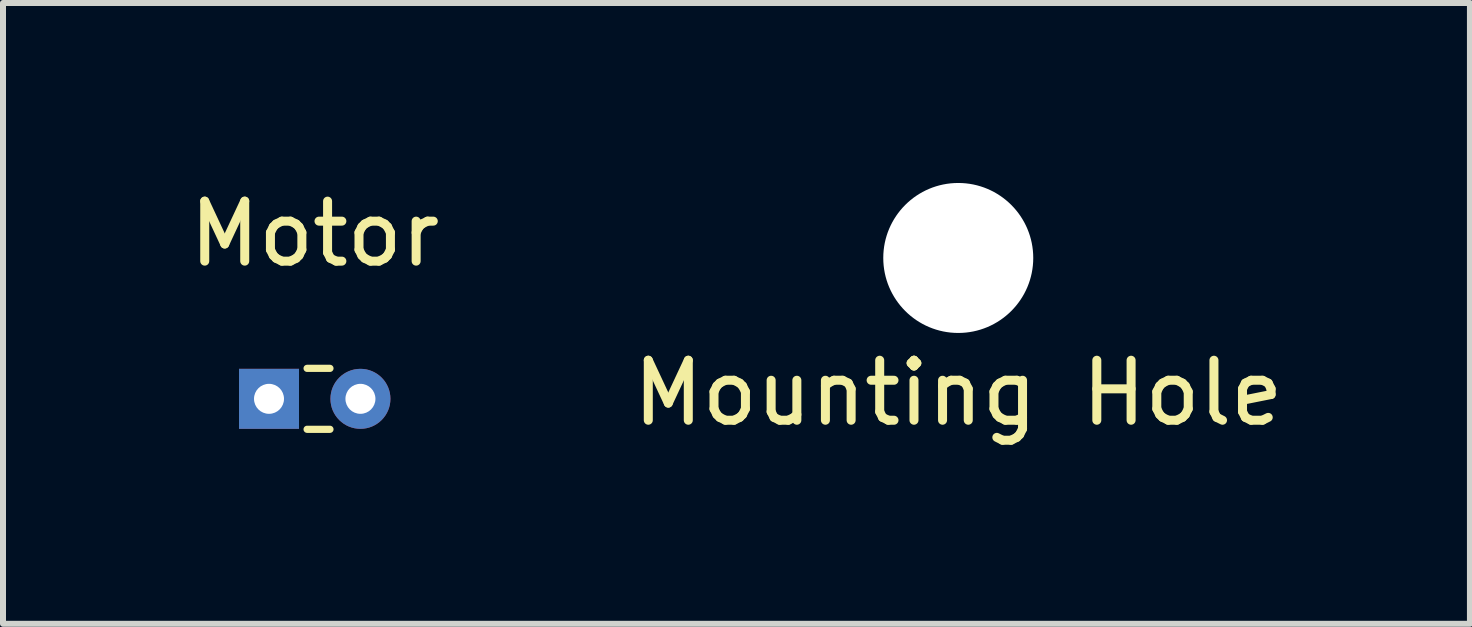
<source format=kicad_pcb>
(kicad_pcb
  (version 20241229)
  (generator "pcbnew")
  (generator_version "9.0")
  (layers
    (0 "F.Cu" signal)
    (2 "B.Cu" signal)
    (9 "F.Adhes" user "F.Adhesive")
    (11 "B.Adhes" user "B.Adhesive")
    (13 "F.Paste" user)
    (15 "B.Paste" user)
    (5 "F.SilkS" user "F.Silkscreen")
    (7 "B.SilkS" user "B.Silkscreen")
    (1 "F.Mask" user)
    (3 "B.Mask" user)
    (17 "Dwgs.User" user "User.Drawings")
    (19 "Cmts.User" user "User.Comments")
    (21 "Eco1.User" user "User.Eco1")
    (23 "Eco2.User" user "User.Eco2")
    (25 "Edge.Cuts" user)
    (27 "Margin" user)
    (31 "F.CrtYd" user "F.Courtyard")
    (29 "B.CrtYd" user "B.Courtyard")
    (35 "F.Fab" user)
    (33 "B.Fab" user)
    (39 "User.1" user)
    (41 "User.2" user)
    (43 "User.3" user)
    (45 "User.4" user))
  (footprint "Mounting Hole"
    (layer "F.Cu")
    (at 12.923 1.25)
    (property "Reference" "Mounting Hole" (at 0 2.25 0) (layer "F.SilkS") (effects (font (size 1 1) (thickness 0.15))))
    (attr through_hole)
    (pad "" np_thru_hole circle (at 0 0) (size 2.5 2.5) (drill 2.5) (layers "*.Cu" "*.Mask")))
  (footprint "Motor"
    (layer "F.Cu")
    (at 2.196 3.598)
    (property "Reference" "Motor" (at 0 -2.75 0) (layer "F.SilkS") (effects (font (size 1 1) (thickness 0.15))))
    (attr through_hole)
    (fp_line (start -0.127 -0.508) (end 0.254 -0.508) (stroke (width 0.12) (type solid)) (layer "F.SilkS"))
    (fp_line (start 0.254 0.508) (end -0.127 0.508) (stroke (width 0.12) (type solid)) (layer "F.SilkS"))
    (pad "1" thru_hole rect (at -0.762 0 90) (size 1 1) (drill 0.5) (layers "*.Cu" "*.Mask"))
    (pad "2" thru_hole circle (at 0.762 0 90) (size 1 1) (drill 0.5) (layers "*.Cu" "*.Mask")))
  (gr_rect
    (start -3 -3)
    (end 21.452 7.348)
    (stroke (width 0.1) (type default))
    (fill no)
    (layer "Edge.Cuts")))
</source>
